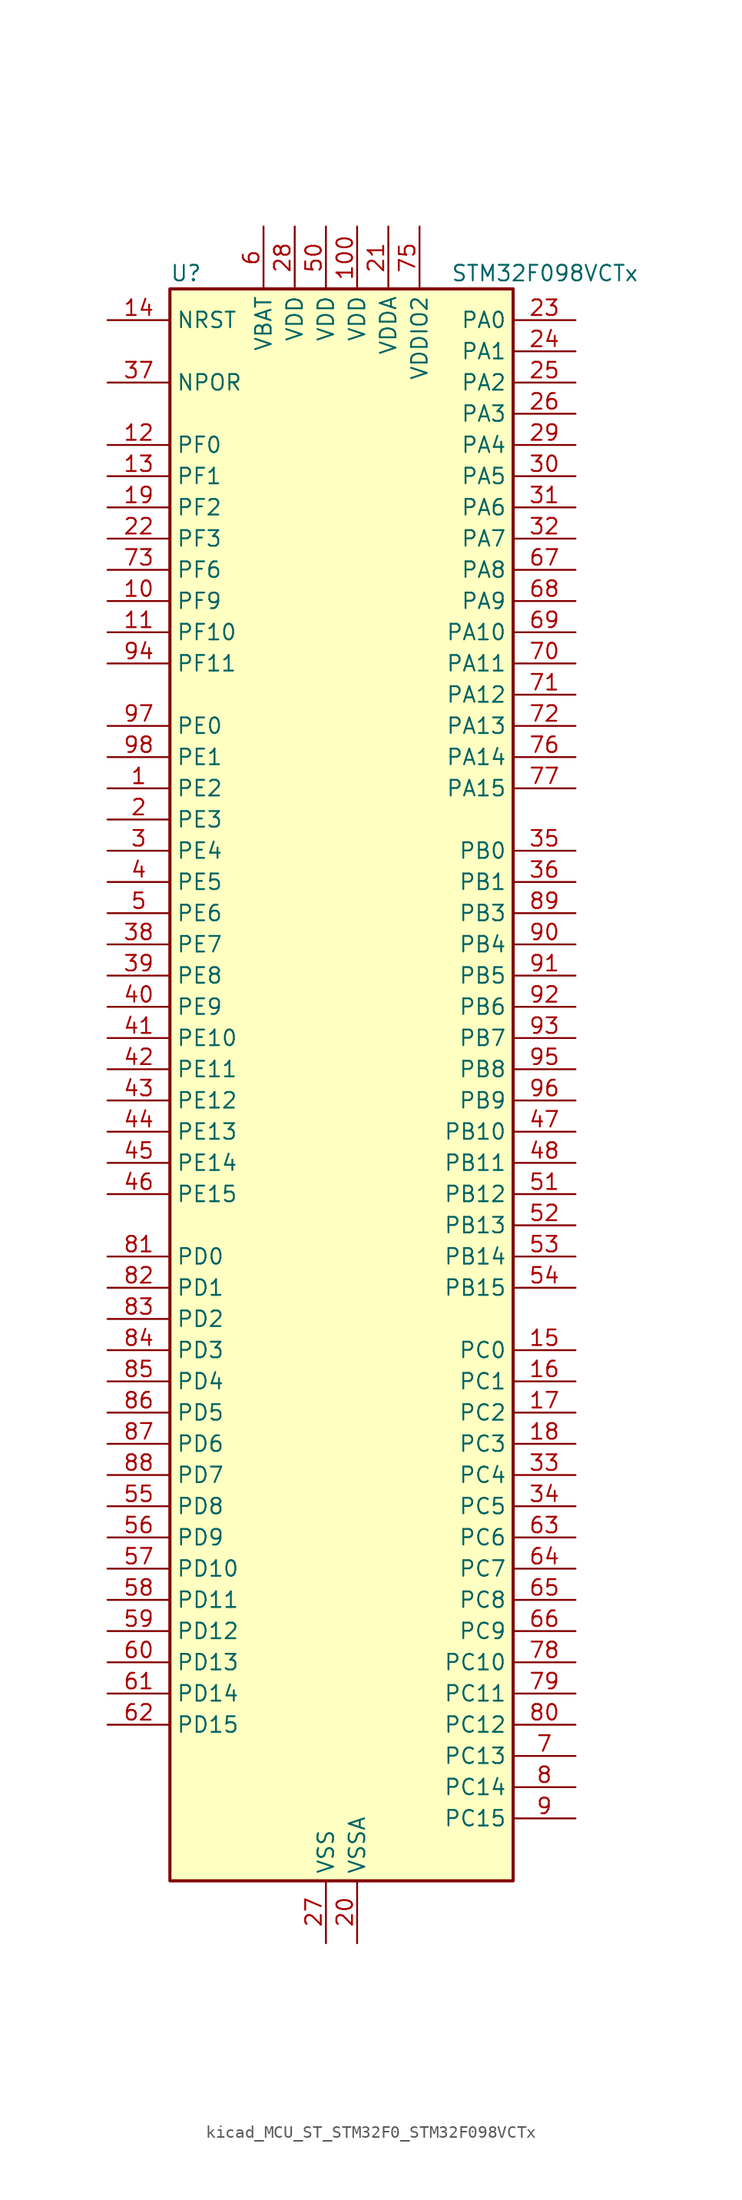
<source format=kicad_sym>
(kicad_symbol_lib
  (version 20220914)
  (generator kicad_symbol_editor)
  (symbol "kicad_MCU_ST_STM32F0_STM32F098VCTx"
    (property "Reference" "U"
      (at -12.7 67.31 0)
      (effects (font (size 1.27 1.27)) (justify left)))
    (property "Value" "STM32F098VCTx"
      (at 10.16 67.31 0)
      (effects (font (size 1.27 1.27)) (justify left)))
    (property "ki_locked" ""
      (at 0 0 0)
      (effects (font (size 1.27 1.27))))
    (symbol "kicad_MCU_ST_STM32F0_STM32F098VCTx_0_1"
      (rectangle (start -12.7 -63.5) (end 15.24 66.04) (stroke (width 0.254) (type default)) (fill (type background))))
    (symbol "kicad_MCU_ST_STM32F0_STM32F098VCTx_1_1"
      (pin bidirectional line (at -17.78 25.4 0) (length 5.08) (name "PE2" (effects (font (size 1.27 1.27)))) (number "1" (effects (font (size 1.27 1.27)))) (alternate "TIM3_ETR" bidirectional line) (alternate "TSC_G7_IO1" bidirectional line))
      (pin bidirectional line (at -17.78 40.64 0) (length 5.08) (name "PF9" (effects (font (size 1.27 1.27)))) (number "10" (effects (font (size 1.27 1.27)))) (alternate "DAC_EXTI9" bidirectional line) (alternate "TIM15_CH1" bidirectional line) (alternate "USART6_TX" bidirectional line))
      (pin power_in line (at 2.54 71.12 270) (length 5.08) (name "VDD" (effects (font (size 1.27 1.27)))) (number "100" (effects (font (size 1.27 1.27)))))
      (pin bidirectional line (at -17.78 38.1 0) (length 5.08) (name "PF10" (effects (font (size 1.27 1.27)))) (number "11" (effects (font (size 1.27 1.27)))) (alternate "TIM15_CH2" bidirectional line) (alternate "USART6_RX" bidirectional line))
      (pin bidirectional line (at -17.78 53.34 0) (length 5.08) (name "PF0" (effects (font (size 1.27 1.27)))) (number "12" (effects (font (size 1.27 1.27)))) (alternate "CRS_SYNC" bidirectional line) (alternate "I2C1_SDA" bidirectional line) (alternate "RCC_OSC_IN" bidirectional line))
      (pin bidirectional line (at -17.78 50.8 0) (length 5.08) (name "PF1" (effects (font (size 1.27 1.27)))) (number "13" (effects (font (size 1.27 1.27)))) (alternate "I2C1_SCL" bidirectional line) (alternate "RCC_OSC_OUT" bidirectional line))
      (pin input line (at -17.78 63.5 0) (length 5.08) (name "NRST" (effects (font (size 1.27 1.27)))) (number "14" (effects (font (size 1.27 1.27)))))
      (pin bidirectional line (at 20.32 -20.32 180) (length 5.08) (name "PC0" (effects (font (size 1.27 1.27)))) (number "15" (effects (font (size 1.27 1.27)))) (alternate "ADC_IN10" bidirectional line) (alternate "USART6_TX" bidirectional line) (alternate "USART7_TX" bidirectional line))
      (pin bidirectional line (at 20.32 -22.86 180) (length 5.08) (name "PC1" (effects (font (size 1.27 1.27)))) (number "16" (effects (font (size 1.27 1.27)))) (alternate "ADC_IN11" bidirectional line) (alternate "USART6_RX" bidirectional line) (alternate "USART7_RX" bidirectional line))
      (pin bidirectional line (at 20.32 -25.4 180) (length 5.08) (name "PC2" (effects (font (size 1.27 1.27)))) (number "17" (effects (font (size 1.27 1.27)))) (alternate "ADC_IN12" bidirectional line) (alternate "I2S2_MCK" bidirectional line) (alternate "SPI2_MISO" bidirectional line) (alternate "USART8_TX" bidirectional line))
      (pin bidirectional line (at 20.32 -27.94 180) (length 5.08) (name "PC3" (effects (font (size 1.27 1.27)))) (number "18" (effects (font (size 1.27 1.27)))) (alternate "ADC_IN13" bidirectional line) (alternate "I2S2_SD" bidirectional line) (alternate "SPI2_MOSI" bidirectional line) (alternate "USART8_RX" bidirectional line))
      (pin bidirectional line (at -17.78 48.26 0) (length 5.08) (name "PF2" (effects (font (size 1.27 1.27)))) (number "19" (effects (font (size 1.27 1.27)))) (alternate "SYS_WKUP8" bidirectional line) (alternate "USART7_CK" bidirectional line) (alternate "USART7_DE" bidirectional line) (alternate "USART7_RTS" bidirectional line) (alternate "USART7_TX" bidirectional line))
      (pin bidirectional line (at -17.78 22.86 0) (length 5.08) (name "PE3" (effects (font (size 1.27 1.27)))) (number "2" (effects (font (size 1.27 1.27)))) (alternate "TIM3_CH1" bidirectional line) (alternate "TSC_G7_IO2" bidirectional line))
      (pin power_in line (at 2.54 -68.58 90) (length 5.08) (name "VSSA" (effects (font (size 1.27 1.27)))) (number "20" (effects (font (size 1.27 1.27)))))
      (pin power_in line (at 5.08 71.12 270) (length 5.08) (name "VDDA" (effects (font (size 1.27 1.27)))) (number "21" (effects (font (size 1.27 1.27)))))
      (pin bidirectional line (at -17.78 45.72 0) (length 5.08) (name "PF3" (effects (font (size 1.27 1.27)))) (number "22" (effects (font (size 1.27 1.27)))) (alternate "USART6_CK" bidirectional line) (alternate "USART6_DE" bidirectional line) (alternate "USART6_RTS" bidirectional line) (alternate "USART7_RX" bidirectional line))
      (pin bidirectional line (at 20.32 63.5 180) (length 5.08) (name "PA0" (effects (font (size 1.27 1.27)))) (number "23" (effects (font (size 1.27 1.27)))) (alternate "ADC_IN0" bidirectional line) (alternate "COMP1_INM" bidirectional line) (alternate "COMP1_OUT" bidirectional line) (alternate "RTC_TAMP2" bidirectional line) (alternate "SYS_WKUP1" bidirectional line) (alternate "TIM2_CH1" bidirectional line) (alternate "TIM2_ETR" bidirectional line) (alternate "TSC_G1_IO1" bidirectional line) (alternate "USART2_CTS" bidirectional line) (alternate "USART4_TX" bidirectional line))
      (pin bidirectional line (at 20.32 60.96 180) (length 5.08) (name "PA1" (effects (font (size 1.27 1.27)))) (number "24" (effects (font (size 1.27 1.27)))) (alternate "ADC_IN1" bidirectional line) (alternate "COMP1_INP" bidirectional line) (alternate "TIM15_CH1N" bidirectional line) (alternate "TIM2_CH2" bidirectional line) (alternate "TSC_G1_IO2" bidirectional line) (alternate "USART2_DE" bidirectional line) (alternate "USART2_RTS" bidirectional line) (alternate "USART4_RX" bidirectional line))
      (pin bidirectional line (at 20.32 58.42 180) (length 5.08) (name "PA2" (effects (font (size 1.27 1.27)))) (number "25" (effects (font (size 1.27 1.27)))) (alternate "ADC_IN2" bidirectional line) (alternate "COMP2_INM" bidirectional line) (alternate "COMP2_OUT" bidirectional line) (alternate "SYS_WKUP4" bidirectional line) (alternate "TIM15_CH1" bidirectional line) (alternate "TIM2_CH3" bidirectional line) (alternate "TSC_G1_IO3" bidirectional line) (alternate "USART2_TX" bidirectional line))
      (pin bidirectional line (at 20.32 55.88 180) (length 5.08) (name "PA3" (effects (font (size 1.27 1.27)))) (number "26" (effects (font (size 1.27 1.27)))) (alternate "ADC_IN3" bidirectional line) (alternate "COMP2_INP" bidirectional line) (alternate "TIM15_CH2" bidirectional line) (alternate "TIM2_CH4" bidirectional line) (alternate "TSC_G1_IO4" bidirectional line) (alternate "USART2_RX" bidirectional line))
      (pin power_in line (at 0 -68.58 90) (length 5.08) (name "VSS" (effects (font (size 1.27 1.27)))) (number "27" (effects (font (size 1.27 1.27)))))
      (pin power_in line (at -2.54 71.12 270) (length 5.08) (name "VDD" (effects (font (size 1.27 1.27)))) (number "28" (effects (font (size 1.27 1.27)))))
      (pin bidirectional line (at 20.32 53.34 180) (length 5.08) (name "PA4" (effects (font (size 1.27 1.27)))) (number "29" (effects (font (size 1.27 1.27)))) (alternate "ADC_IN4" bidirectional line) (alternate "COMP1_INM" bidirectional line) (alternate "COMP2_INM" bidirectional line) (alternate "DAC_OUT1" bidirectional line) (alternate "I2S1_WS" bidirectional line) (alternate "SPI1_NSS" bidirectional line) (alternate "TIM14_CH1" bidirectional line) (alternate "TSC_G2_IO1" bidirectional line) (alternate "USART2_CK" bidirectional line) (alternate "USART6_TX" bidirectional line))
      (pin bidirectional line (at -17.78 20.32 0) (length 5.08) (name "PE4" (effects (font (size 1.27 1.27)))) (number "3" (effects (font (size 1.27 1.27)))) (alternate "TIM3_CH2" bidirectional line) (alternate "TSC_G7_IO3" bidirectional line))
      (pin bidirectional line (at 20.32 50.8 180) (length 5.08) (name "PA5" (effects (font (size 1.27 1.27)))) (number "30" (effects (font (size 1.27 1.27)))) (alternate "ADC_IN5" bidirectional line) (alternate "CEC" bidirectional line) (alternate "COMP1_INM" bidirectional line) (alternate "COMP2_INM" bidirectional line) (alternate "DAC_OUT2" bidirectional line) (alternate "I2S1_CK" bidirectional line) (alternate "SPI1_SCK" bidirectional line) (alternate "TIM2_CH1" bidirectional line) (alternate "TIM2_ETR" bidirectional line) (alternate "TSC_G2_IO2" bidirectional line) (alternate "USART6_RX" bidirectional line))
      (pin bidirectional line (at 20.32 48.26 180) (length 5.08) (name "PA6" (effects (font (size 1.27 1.27)))) (number "31" (effects (font (size 1.27 1.27)))) (alternate "ADC_IN6" bidirectional line) (alternate "COMP1_OUT" bidirectional line) (alternate "I2S1_MCK" bidirectional line) (alternate "SPI1_MISO" bidirectional line) (alternate "TIM16_CH1" bidirectional line) (alternate "TIM1_BKIN" bidirectional line) (alternate "TIM3_CH1" bidirectional line) (alternate "TSC_G2_IO3" bidirectional line) (alternate "USART3_CTS" bidirectional line))
      (pin bidirectional line (at 20.32 45.72 180) (length 5.08) (name "PA7" (effects (font (size 1.27 1.27)))) (number "32" (effects (font (size 1.27 1.27)))) (alternate "ADC_IN7" bidirectional line) (alternate "COMP2_OUT" bidirectional line) (alternate "I2S1_SD" bidirectional line) (alternate "SPI1_MOSI" bidirectional line) (alternate "TIM14_CH1" bidirectional line) (alternate "TIM17_CH1" bidirectional line) (alternate "TIM1_CH1N" bidirectional line) (alternate "TIM3_CH2" bidirectional line) (alternate "TSC_G2_IO4" bidirectional line))
      (pin bidirectional line (at 20.32 -30.48 180) (length 5.08) (name "PC4" (effects (font (size 1.27 1.27)))) (number "33" (effects (font (size 1.27 1.27)))) (alternate "ADC_IN14" bidirectional line) (alternate "USART3_TX" bidirectional line))
      (pin bidirectional line (at 20.32 -33.02 180) (length 5.08) (name "PC5" (effects (font (size 1.27 1.27)))) (number "34" (effects (font (size 1.27 1.27)))) (alternate "ADC_IN15" bidirectional line) (alternate "SYS_WKUP5" bidirectional line) (alternate "TSC_G3_IO1" bidirectional line) (alternate "USART3_RX" bidirectional line))
      (pin bidirectional line (at 20.32 20.32 180) (length 5.08) (name "PB0" (effects (font (size 1.27 1.27)))) (number "35" (effects (font (size 1.27 1.27)))) (alternate "ADC_IN8" bidirectional line) (alternate "TIM1_CH2N" bidirectional line) (alternate "TIM3_CH3" bidirectional line) (alternate "TSC_G3_IO2" bidirectional line) (alternate "USART3_CK" bidirectional line))
      (pin bidirectional line (at 20.32 17.78 180) (length 5.08) (name "PB1" (effects (font (size 1.27 1.27)))) (number "36" (effects (font (size 1.27 1.27)))) (alternate "ADC_IN9" bidirectional line) (alternate "TIM14_CH1" bidirectional line) (alternate "TIM1_CH3N" bidirectional line) (alternate "TIM3_CH4" bidirectional line) (alternate "TSC_G3_IO3" bidirectional line) (alternate "USART3_DE" bidirectional line) (alternate "USART3_RTS" bidirectional line))
      (pin input line (at -17.78 58.42 0) (length 5.08) (name "NPOR" (effects (font (size 1.27 1.27)))) (number "37" (effects (font (size 1.27 1.27)))))
      (pin bidirectional line (at -17.78 12.7 0) (length 5.08) (name "PE7" (effects (font (size 1.27 1.27)))) (number "38" (effects (font (size 1.27 1.27)))) (alternate "TIM1_ETR" bidirectional line) (alternate "USART5_CK" bidirectional line) (alternate "USART5_DE" bidirectional line) (alternate "USART5_RTS" bidirectional line))
      (pin bidirectional line (at -17.78 10.16 0) (length 5.08) (name "PE8" (effects (font (size 1.27 1.27)))) (number "39" (effects (font (size 1.27 1.27)))) (alternate "TIM1_CH1N" bidirectional line) (alternate "USART4_TX" bidirectional line))
      (pin bidirectional line (at -17.78 17.78 0) (length 5.08) (name "PE5" (effects (font (size 1.27 1.27)))) (number "4" (effects (font (size 1.27 1.27)))) (alternate "TIM3_CH3" bidirectional line) (alternate "TSC_G7_IO4" bidirectional line))
      (pin bidirectional line (at -17.78 7.62 0) (length 5.08) (name "PE9" (effects (font (size 1.27 1.27)))) (number "40" (effects (font (size 1.27 1.27)))) (alternate "DAC_EXTI9" bidirectional line) (alternate "TIM1_CH1" bidirectional line) (alternate "USART4_RX" bidirectional line))
      (pin bidirectional line (at -17.78 5.08 0) (length 5.08) (name "PE10" (effects (font (size 1.27 1.27)))) (number "41" (effects (font (size 1.27 1.27)))) (alternate "TIM1_CH2N" bidirectional line) (alternate "USART5_TX" bidirectional line))
      (pin bidirectional line (at -17.78 2.54 0) (length 5.08) (name "PE11" (effects (font (size 1.27 1.27)))) (number "42" (effects (font (size 1.27 1.27)))) (alternate "TIM1_CH2" bidirectional line) (alternate "USART5_RX" bidirectional line))
      (pin bidirectional line (at -17.78 0 0) (length 5.08) (name "PE12" (effects (font (size 1.27 1.27)))) (number "43" (effects (font (size 1.27 1.27)))) (alternate "I2S1_WS" bidirectional line) (alternate "SPI1_NSS" bidirectional line) (alternate "TIM1_CH3N" bidirectional line))
      (pin bidirectional line (at -17.78 -2.54 0) (length 5.08) (name "PE13" (effects (font (size 1.27 1.27)))) (number "44" (effects (font (size 1.27 1.27)))) (alternate "I2S1_CK" bidirectional line) (alternate "SPI1_SCK" bidirectional line) (alternate "TIM1_CH3" bidirectional line))
      (pin bidirectional line (at -17.78 -5.08 0) (length 5.08) (name "PE14" (effects (font (size 1.27 1.27)))) (number "45" (effects (font (size 1.27 1.27)))) (alternate "I2S1_MCK" bidirectional line) (alternate "SPI1_MISO" bidirectional line) (alternate "TIM1_CH4" bidirectional line))
      (pin bidirectional line (at -17.78 -7.62 0) (length 5.08) (name "PE15" (effects (font (size 1.27 1.27)))) (number "46" (effects (font (size 1.27 1.27)))) (alternate "I2S1_SD" bidirectional line) (alternate "SPI1_MOSI" bidirectional line) (alternate "TIM1_BKIN" bidirectional line))
      (pin bidirectional line (at 20.32 -2.54 180) (length 5.08) (name "PB10" (effects (font (size 1.27 1.27)))) (number "47" (effects (font (size 1.27 1.27)))) (alternate "CEC" bidirectional line) (alternate "I2C2_SCL" bidirectional line) (alternate "I2S2_CK" bidirectional line) (alternate "SPI2_SCK" bidirectional line) (alternate "TIM2_CH3" bidirectional line) (alternate "TSC_SYNC" bidirectional line) (alternate "USART3_TX" bidirectional line))
      (pin bidirectional line (at 20.32 -5.08 180) (length 5.08) (name "PB11" (effects (font (size 1.27 1.27)))) (number "48" (effects (font (size 1.27 1.27)))) (alternate "I2C2_SDA" bidirectional line) (alternate "TIM2_CH4" bidirectional line) (alternate "TSC_G6_IO1" bidirectional line) (alternate "USART3_RX" bidirectional line))
      (pin passive line (at 0 -68.58 90) (length 5.08) hide (name "VSS" (effects (font (size 1.27 1.27)))) (number "49" (effects (font (size 1.27 1.27)))))
      (pin bidirectional line (at -17.78 15.24 0) (length 5.08) (name "PE6" (effects (font (size 1.27 1.27)))) (number "5" (effects (font (size 1.27 1.27)))) (alternate "RTC_TAMP3" bidirectional line) (alternate "SYS_WKUP3" bidirectional line) (alternate "TIM3_CH4" bidirectional line))
      (pin power_in line (at 0 71.12 270) (length 5.08) (name "VDD" (effects (font (size 1.27 1.27)))) (number "50" (effects (font (size 1.27 1.27)))))
      (pin bidirectional line (at 20.32 -7.62 180) (length 5.08) (name "PB12" (effects (font (size 1.27 1.27)))) (number "51" (effects (font (size 1.27 1.27)))) (alternate "I2S2_WS" bidirectional line) (alternate "SPI2_NSS" bidirectional line) (alternate "TIM15_BKIN" bidirectional line) (alternate "TIM1_BKIN" bidirectional line) (alternate "TSC_G6_IO2" bidirectional line) (alternate "USART3_CK" bidirectional line))
      (pin bidirectional line (at 20.32 -10.16 180) (length 5.08) (name "PB13" (effects (font (size 1.27 1.27)))) (number "52" (effects (font (size 1.27 1.27)))) (alternate "I2C2_SCL" bidirectional line) (alternate "I2S2_CK" bidirectional line) (alternate "SPI2_SCK" bidirectional line) (alternate "TIM1_CH1N" bidirectional line) (alternate "TSC_G6_IO3" bidirectional line) (alternate "USART3_CTS" bidirectional line))
      (pin bidirectional line (at 20.32 -12.7 180) (length 5.08) (name "PB14" (effects (font (size 1.27 1.27)))) (number "53" (effects (font (size 1.27 1.27)))) (alternate "I2C2_SDA" bidirectional line) (alternate "I2S2_MCK" bidirectional line) (alternate "SPI2_MISO" bidirectional line) (alternate "TIM15_CH1" bidirectional line) (alternate "TIM1_CH2N" bidirectional line) (alternate "TSC_G6_IO4" bidirectional line) (alternate "USART3_DE" bidirectional line) (alternate "USART3_RTS" bidirectional line))
      (pin bidirectional line (at 20.32 -15.24 180) (length 5.08) (name "PB15" (effects (font (size 1.27 1.27)))) (number "54" (effects (font (size 1.27 1.27)))) (alternate "I2S2_SD" bidirectional line) (alternate "RTC_REFIN" bidirectional line) (alternate "SPI2_MOSI" bidirectional line) (alternate "SYS_WKUP7" bidirectional line) (alternate "TIM15_CH1N" bidirectional line) (alternate "TIM15_CH2" bidirectional line) (alternate "TIM1_CH3N" bidirectional line))
      (pin bidirectional line (at -17.78 -33.02 0) (length 5.08) (name "PD8" (effects (font (size 1.27 1.27)))) (number "55" (effects (font (size 1.27 1.27)))) (alternate "USART3_TX" bidirectional line))
      (pin bidirectional line (at -17.78 -35.56 0) (length 5.08) (name "PD9" (effects (font (size 1.27 1.27)))) (number "56" (effects (font (size 1.27 1.27)))) (alternate "DAC_EXTI9" bidirectional line) (alternate "USART3_RX" bidirectional line))
      (pin bidirectional line (at -17.78 -38.1 0) (length 5.08) (name "PD10" (effects (font (size 1.27 1.27)))) (number "57" (effects (font (size 1.27 1.27)))) (alternate "USART3_CK" bidirectional line))
      (pin bidirectional line (at -17.78 -40.64 0) (length 5.08) (name "PD11" (effects (font (size 1.27 1.27)))) (number "58" (effects (font (size 1.27 1.27)))) (alternate "USART3_CTS" bidirectional line))
      (pin bidirectional line (at -17.78 -43.18 0) (length 5.08) (name "PD12" (effects (font (size 1.27 1.27)))) (number "59" (effects (font (size 1.27 1.27)))) (alternate "TSC_G8_IO1" bidirectional line) (alternate "USART3_DE" bidirectional line) (alternate "USART3_RTS" bidirectional line) (alternate "USART8_CK" bidirectional line) (alternate "USART8_DE" bidirectional line) (alternate "USART8_RTS" bidirectional line))
      (pin power_in line (at -5.08 71.12 270) (length 5.08) (name "VBAT" (effects (font (size 1.27 1.27)))) (number "6" (effects (font (size 1.27 1.27)))))
      (pin bidirectional line (at -17.78 -45.72 0) (length 5.08) (name "PD13" (effects (font (size 1.27 1.27)))) (number "60" (effects (font (size 1.27 1.27)))) (alternate "TSC_G8_IO2" bidirectional line) (alternate "USART8_TX" bidirectional line))
      (pin bidirectional line (at -17.78 -48.26 0) (length 5.08) (name "PD14" (effects (font (size 1.27 1.27)))) (number "61" (effects (font (size 1.27 1.27)))) (alternate "TSC_G8_IO3" bidirectional line) (alternate "USART8_RX" bidirectional line))
      (pin bidirectional line (at -17.78 -50.8 0) (length 5.08) (name "PD15" (effects (font (size 1.27 1.27)))) (number "62" (effects (font (size 1.27 1.27)))) (alternate "CRS_SYNC" bidirectional line) (alternate "TSC_G8_IO4" bidirectional line) (alternate "USART7_CK" bidirectional line) (alternate "USART7_DE" bidirectional line) (alternate "USART7_RTS" bidirectional line))
      (pin bidirectional line (at 20.32 -35.56 180) (length 5.08) (name "PC6" (effects (font (size 1.27 1.27)))) (number "63" (effects (font (size 1.27 1.27)))) (alternate "TIM3_CH1" bidirectional line) (alternate "USART7_TX" bidirectional line))
      (pin bidirectional line (at 20.32 -38.1 180) (length 5.08) (name "PC7" (effects (font (size 1.27 1.27)))) (number "64" (effects (font (size 1.27 1.27)))) (alternate "TIM3_CH2" bidirectional line) (alternate "USART7_RX" bidirectional line))
      (pin bidirectional line (at 20.32 -40.64 180) (length 5.08) (name "PC8" (effects (font (size 1.27 1.27)))) (number "65" (effects (font (size 1.27 1.27)))) (alternate "TIM3_CH3" bidirectional line) (alternate "USART8_TX" bidirectional line))
      (pin bidirectional line (at 20.32 -43.18 180) (length 5.08) (name "PC9" (effects (font (size 1.27 1.27)))) (number "66" (effects (font (size 1.27 1.27)))) (alternate "DAC_EXTI9" bidirectional line) (alternate "TIM3_CH4" bidirectional line) (alternate "USART8_RX" bidirectional line))
      (pin bidirectional line (at 20.32 43.18 180) (length 5.08) (name "PA8" (effects (font (size 1.27 1.27)))) (number "67" (effects (font (size 1.27 1.27)))) (alternate "CRS_SYNC" bidirectional line) (alternate "RCC_MCO" bidirectional line) (alternate "TIM1_CH1" bidirectional line) (alternate "USART1_CK" bidirectional line))
      (pin bidirectional line (at 20.32 40.64 180) (length 5.08) (name "PA9" (effects (font (size 1.27 1.27)))) (number "68" (effects (font (size 1.27 1.27)))) (alternate "DAC_EXTI9" bidirectional line) (alternate "I2C1_SCL" bidirectional line) (alternate "RCC_MCO" bidirectional line) (alternate "TIM15_BKIN" bidirectional line) (alternate "TIM1_CH2" bidirectional line) (alternate "TSC_G4_IO1" bidirectional line) (alternate "USART1_TX" bidirectional line))
      (pin bidirectional line (at 20.32 38.1 180) (length 5.08) (name "PA10" (effects (font (size 1.27 1.27)))) (number "69" (effects (font (size 1.27 1.27)))) (alternate "I2C1_SDA" bidirectional line) (alternate "TIM17_BKIN" bidirectional line) (alternate "TIM1_CH3" bidirectional line) (alternate "TSC_G4_IO2" bidirectional line) (alternate "USART1_RX" bidirectional line))
      (pin bidirectional line (at 20.32 -53.34 180) (length 5.08) (name "PC13" (effects (font (size 1.27 1.27)))) (number "7" (effects (font (size 1.27 1.27)))) (alternate "RTC_OUT_ALARM" bidirectional line) (alternate "RTC_OUT_CALIB" bidirectional line) (alternate "RTC_TAMP1" bidirectional line) (alternate "RTC_TS" bidirectional line) (alternate "SYS_WKUP2" bidirectional line))
      (pin bidirectional line (at 20.32 35.56 180) (length 5.08) (name "PA11" (effects (font (size 1.27 1.27)))) (number "70" (effects (font (size 1.27 1.27)))) (alternate "CAN_RX" bidirectional line) (alternate "COMP1_OUT" bidirectional line) (alternate "I2C2_SCL" bidirectional line) (alternate "TIM1_CH4" bidirectional line) (alternate "TSC_G4_IO3" bidirectional line) (alternate "USART1_CTS" bidirectional line))
      (pin bidirectional line (at 20.32 33.02 180) (length 5.08) (name "PA12" (effects (font (size 1.27 1.27)))) (number "71" (effects (font (size 1.27 1.27)))) (alternate "CAN_TX" bidirectional line) (alternate "COMP2_OUT" bidirectional line) (alternate "I2C2_SDA" bidirectional line) (alternate "TIM1_ETR" bidirectional line) (alternate "TSC_G4_IO4" bidirectional line) (alternate "USART1_DE" bidirectional line) (alternate "USART1_RTS" bidirectional line))
      (pin bidirectional line (at 20.32 30.48 180) (length 5.08) (name "PA13" (effects (font (size 1.27 1.27)))) (number "72" (effects (font (size 1.27 1.27)))) (alternate "IR_OUT" bidirectional line) (alternate "SYS_SWDIO" bidirectional line))
      (pin bidirectional line (at -17.78 43.18 0) (length 5.08) (name "PF6" (effects (font (size 1.27 1.27)))) (number "73" (effects (font (size 1.27 1.27)))))
      (pin passive line (at 0 -68.58 90) (length 5.08) hide (name "VSS" (effects (font (size 1.27 1.27)))) (number "74" (effects (font (size 1.27 1.27)))))
      (pin power_in line (at 7.62 71.12 270) (length 5.08) (name "VDDIO2" (effects (font (size 1.27 1.27)))) (number "75" (effects (font (size 1.27 1.27)))))
      (pin bidirectional line (at 20.32 27.94 180) (length 5.08) (name "PA14" (effects (font (size 1.27 1.27)))) (number "76" (effects (font (size 1.27 1.27)))) (alternate "SYS_SWCLK" bidirectional line) (alternate "USART2_TX" bidirectional line))
      (pin bidirectional line (at 20.32 25.4 180) (length 5.08) (name "PA15" (effects (font (size 1.27 1.27)))) (number "77" (effects (font (size 1.27 1.27)))) (alternate "I2S1_WS" bidirectional line) (alternate "SPI1_NSS" bidirectional line) (alternate "TIM2_CH1" bidirectional line) (alternate "TIM2_ETR" bidirectional line) (alternate "USART2_RX" bidirectional line) (alternate "USART4_DE" bidirectional line) (alternate "USART4_RTS" bidirectional line))
      (pin bidirectional line (at 20.32 -45.72 180) (length 5.08) (name "PC10" (effects (font (size 1.27 1.27)))) (number "78" (effects (font (size 1.27 1.27)))) (alternate "USART3_TX" bidirectional line) (alternate "USART4_TX" bidirectional line))
      (pin bidirectional line (at 20.32 -48.26 180) (length 5.08) (name "PC11" (effects (font (size 1.27 1.27)))) (number "79" (effects (font (size 1.27 1.27)))) (alternate "USART3_RX" bidirectional line) (alternate "USART4_RX" bidirectional line))
      (pin bidirectional line (at 20.32 -55.88 180) (length 5.08) (name "PC14" (effects (font (size 1.27 1.27)))) (number "8" (effects (font (size 1.27 1.27)))) (alternate "RCC_OSC32_IN" bidirectional line))
      (pin bidirectional line (at 20.32 -50.8 180) (length 5.08) (name "PC12" (effects (font (size 1.27 1.27)))) (number "80" (effects (font (size 1.27 1.27)))) (alternate "USART3_CK" bidirectional line) (alternate "USART4_CK" bidirectional line) (alternate "USART5_TX" bidirectional line))
      (pin bidirectional line (at -17.78 -12.7 0) (length 5.08) (name "PD0" (effects (font (size 1.27 1.27)))) (number "81" (effects (font (size 1.27 1.27)))) (alternate "CAN_RX" bidirectional line) (alternate "I2S2_WS" bidirectional line) (alternate "SPI2_NSS" bidirectional line))
      (pin bidirectional line (at -17.78 -15.24 0) (length 5.08) (name "PD1" (effects (font (size 1.27 1.27)))) (number "82" (effects (font (size 1.27 1.27)))) (alternate "CAN_TX" bidirectional line) (alternate "I2S2_CK" bidirectional line) (alternate "SPI2_SCK" bidirectional line))
      (pin bidirectional line (at -17.78 -17.78 0) (length 5.08) (name "PD2" (effects (font (size 1.27 1.27)))) (number "83" (effects (font (size 1.27 1.27)))) (alternate "TIM3_ETR" bidirectional line) (alternate "USART3_DE" bidirectional line) (alternate "USART3_RTS" bidirectional line) (alternate "USART5_RX" bidirectional line))
      (pin bidirectional line (at -17.78 -20.32 0) (length 5.08) (name "PD3" (effects (font (size 1.27 1.27)))) (number "84" (effects (font (size 1.27 1.27)))) (alternate "I2S2_MCK" bidirectional line) (alternate "SPI2_MISO" bidirectional line) (alternate "USART2_CTS" bidirectional line))
      (pin bidirectional line (at -17.78 -22.86 0) (length 5.08) (name "PD4" (effects (font (size 1.27 1.27)))) (number "85" (effects (font (size 1.27 1.27)))) (alternate "I2S2_SD" bidirectional line) (alternate "SPI2_MOSI" bidirectional line) (alternate "USART2_DE" bidirectional line) (alternate "USART2_RTS" bidirectional line))
      (pin bidirectional line (at -17.78 -25.4 0) (length 5.08) (name "PD5" (effects (font (size 1.27 1.27)))) (number "86" (effects (font (size 1.27 1.27)))) (alternate "USART2_TX" bidirectional line))
      (pin bidirectional line (at -17.78 -27.94 0) (length 5.08) (name "PD6" (effects (font (size 1.27 1.27)))) (number "87" (effects (font (size 1.27 1.27)))) (alternate "USART2_RX" bidirectional line))
      (pin bidirectional line (at -17.78 -30.48 0) (length 5.08) (name "PD7" (effects (font (size 1.27 1.27)))) (number "88" (effects (font (size 1.27 1.27)))) (alternate "USART2_CK" bidirectional line))
      (pin bidirectional line (at 20.32 15.24 180) (length 5.08) (name "PB3" (effects (font (size 1.27 1.27)))) (number "89" (effects (font (size 1.27 1.27)))) (alternate "I2S1_CK" bidirectional line) (alternate "SPI1_SCK" bidirectional line) (alternate "TIM2_CH2" bidirectional line) (alternate "TSC_G5_IO1" bidirectional line) (alternate "USART5_TX" bidirectional line))
      (pin bidirectional line (at 20.32 -58.42 180) (length 5.08) (name "PC15" (effects (font (size 1.27 1.27)))) (number "9" (effects (font (size 1.27 1.27)))) (alternate "RCC_OSC32_OUT" bidirectional line))
      (pin bidirectional line (at 20.32 12.7 180) (length 5.08) (name "PB4" (effects (font (size 1.27 1.27)))) (number "90" (effects (font (size 1.27 1.27)))) (alternate "I2S1_MCK" bidirectional line) (alternate "SPI1_MISO" bidirectional line) (alternate "TIM17_BKIN" bidirectional line) (alternate "TIM3_CH1" bidirectional line) (alternate "TSC_G5_IO2" bidirectional line) (alternate "USART5_RX" bidirectional line))
      (pin bidirectional line (at 20.32 10.16 180) (length 5.08) (name "PB5" (effects (font (size 1.27 1.27)))) (number "91" (effects (font (size 1.27 1.27)))) (alternate "I2C1_SMBA" bidirectional line) (alternate "I2S1_SD" bidirectional line) (alternate "SPI1_MOSI" bidirectional line) (alternate "SYS_WKUP6" bidirectional line) (alternate "TIM16_BKIN" bidirectional line) (alternate "TIM3_CH2" bidirectional line) (alternate "USART5_CK" bidirectional line) (alternate "USART5_DE" bidirectional line) (alternate "USART5_RTS" bidirectional line))
      (pin bidirectional line (at 20.32 7.62 180) (length 5.08) (name "PB6" (effects (font (size 1.27 1.27)))) (number "92" (effects (font (size 1.27 1.27)))) (alternate "I2C1_SCL" bidirectional line) (alternate "TIM16_CH1N" bidirectional line) (alternate "TSC_G5_IO3" bidirectional line) (alternate "USART1_TX" bidirectional line))
      (pin bidirectional line (at 20.32 5.08 180) (length 5.08) (name "PB7" (effects (font (size 1.27 1.27)))) (number "93" (effects (font (size 1.27 1.27)))) (alternate "I2C1_SDA" bidirectional line) (alternate "TIM17_CH1N" bidirectional line) (alternate "TSC_G5_IO4" bidirectional line) (alternate "USART1_RX" bidirectional line) (alternate "USART4_CTS" bidirectional line))
      (pin bidirectional line (at -17.78 35.56 0) (length 5.08) (name "PF11" (effects (font (size 1.27 1.27)))) (number "94" (effects (font (size 1.27 1.27)))))
      (pin bidirectional line (at 20.32 2.54 180) (length 5.08) (name "PB8" (effects (font (size 1.27 1.27)))) (number "95" (effects (font (size 1.27 1.27)))) (alternate "CAN_RX" bidirectional line) (alternate "CEC" bidirectional line) (alternate "I2C1_SCL" bidirectional line) (alternate "TIM16_CH1" bidirectional line) (alternate "TSC_SYNC" bidirectional line))
      (pin bidirectional line (at 20.32 0 180) (length 5.08) (name "PB9" (effects (font (size 1.27 1.27)))) (number "96" (effects (font (size 1.27 1.27)))) (alternate "CAN_TX" bidirectional line) (alternate "DAC_EXTI9" bidirectional line) (alternate "I2C1_SDA" bidirectional line) (alternate "I2S2_WS" bidirectional line) (alternate "IR_OUT" bidirectional line) (alternate "SPI2_NSS" bidirectional line) (alternate "TIM17_CH1" bidirectional line))
      (pin bidirectional line (at -17.78 30.48 0) (length 5.08) (name "PE0" (effects (font (size 1.27 1.27)))) (number "97" (effects (font (size 1.27 1.27)))) (alternate "TIM16_CH1" bidirectional line))
      (pin bidirectional line (at -17.78 27.94 0) (length 5.08) (name "PE1" (effects (font (size 1.27 1.27)))) (number "98" (effects (font (size 1.27 1.27)))) (alternate "TIM17_CH1" bidirectional line))
      (pin passive line (at 0 -68.58 90) (length 5.08) hide (name "VSS" (effects (font (size 1.27 1.27)))) (number "99" (effects (font (size 1.27 1.27))))))))
</source>
